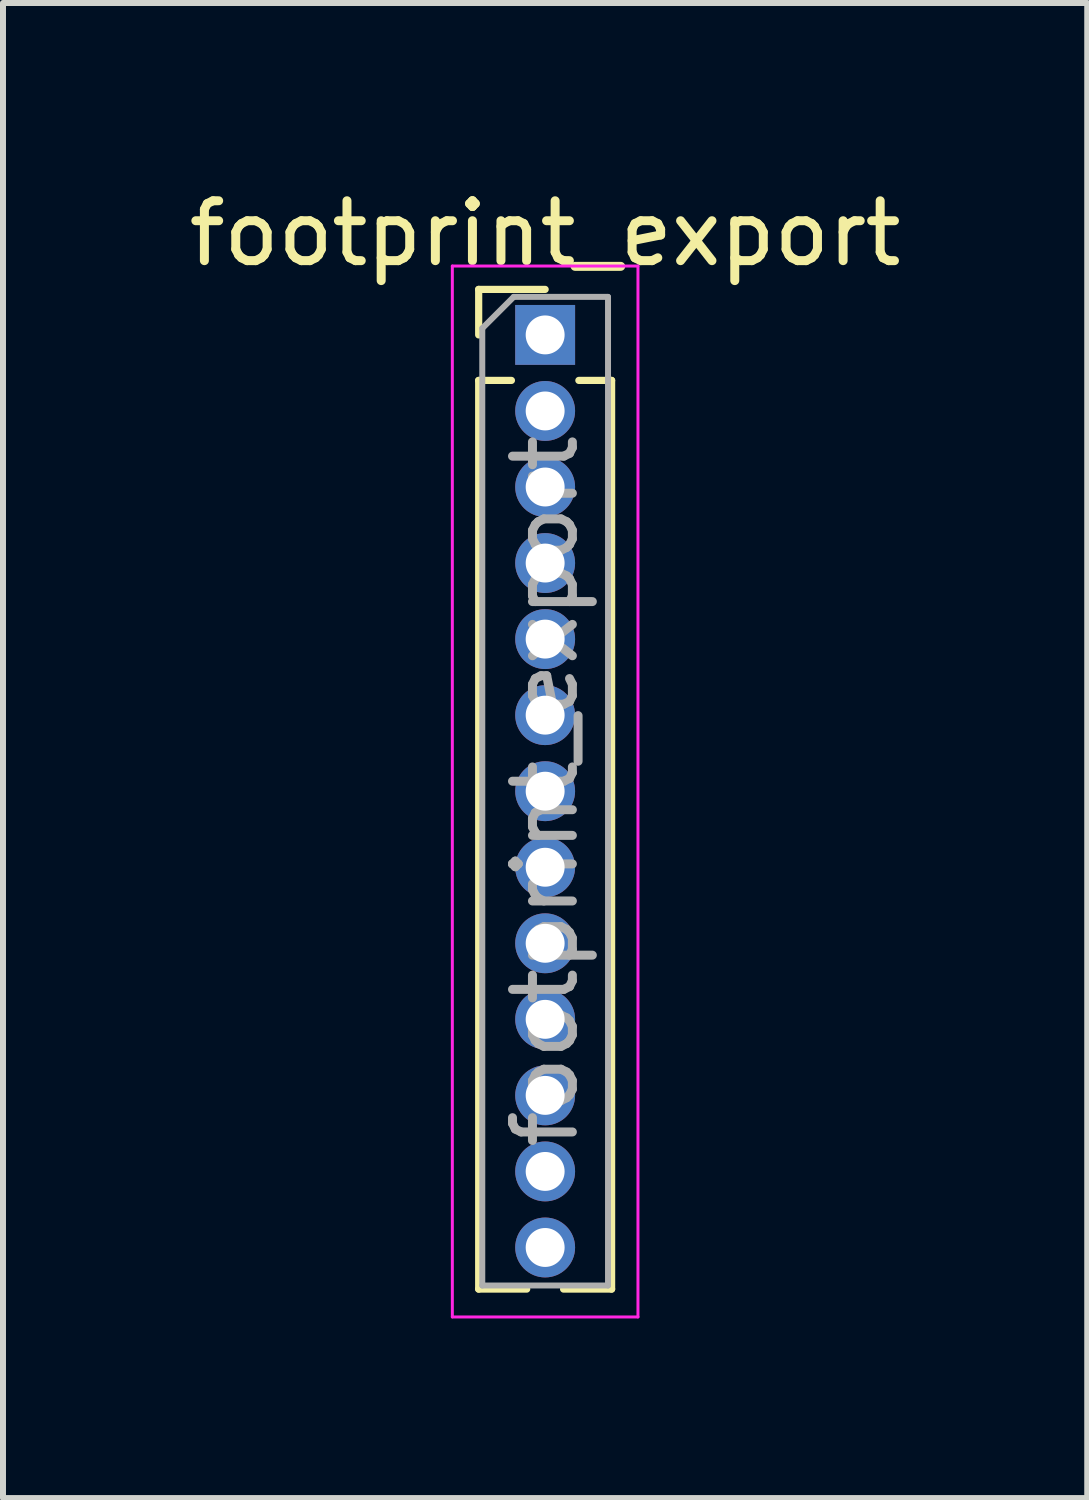
<source format=kicad_pcb>
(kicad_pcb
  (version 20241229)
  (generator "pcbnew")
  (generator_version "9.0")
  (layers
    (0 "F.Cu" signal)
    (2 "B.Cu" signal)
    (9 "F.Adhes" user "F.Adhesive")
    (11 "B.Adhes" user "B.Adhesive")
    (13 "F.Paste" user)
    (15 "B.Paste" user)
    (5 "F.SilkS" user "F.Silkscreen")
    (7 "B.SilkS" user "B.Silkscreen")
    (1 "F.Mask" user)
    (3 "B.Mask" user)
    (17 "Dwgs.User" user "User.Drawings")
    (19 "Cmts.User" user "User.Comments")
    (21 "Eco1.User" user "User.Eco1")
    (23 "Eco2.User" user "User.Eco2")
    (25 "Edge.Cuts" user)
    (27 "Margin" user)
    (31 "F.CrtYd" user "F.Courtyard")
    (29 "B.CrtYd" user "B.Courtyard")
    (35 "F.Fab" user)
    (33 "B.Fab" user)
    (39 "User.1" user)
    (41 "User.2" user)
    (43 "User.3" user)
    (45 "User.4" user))
  (footprint "footprint_export"
    (layer "F.Cu")
    (at 6.054 2.543)
    (property "Reference" "footprint_export" (at 0 -1.695 0) (layer "F.SilkS") (effects (font (size 1 1) (thickness 0.15))))
    (attr through_hole)
    (fp_line (start -1.11 -0.76) (end 0 -0.76) (stroke (width 0.12) (type solid)) (layer "F.SilkS"))
    (fp_line (start -1.11 0) (end -1.11 -0.76) (stroke (width 0.12) (type solid)) (layer "F.SilkS"))
    (fp_line (start -1.11 0.76) (end -1.11 15.935) (stroke (width 0.12) (type solid)) (layer "F.SilkS"))
    (fp_line (start -1.11 0.76) (end -0.563 0.76) (stroke (width 0.12) (type solid)) (layer "F.SilkS"))
    (fp_line (start -1.11 15.935) (end -0.308 15.935) (stroke (width 0.12) (type solid)) (layer "F.SilkS"))
    (fp_line (start 0.308 15.935) (end 1.11 15.935) (stroke (width 0.12) (type solid)) (layer "F.SilkS"))
    (fp_line (start 0.563 0.76) (end 1.11 0.76) (stroke (width 0.12) (type solid)) (layer "F.SilkS"))
    (fp_line (start 1.11 0.76) (end 1.11 15.935) (stroke (width 0.12) (type solid)) (layer "F.SilkS"))
    (fp_line (start -1.55 -1.15) (end -1.55 16.4) (stroke (width 0.05) (type solid)) (layer "F.CrtYd"))
    (fp_line (start -1.55 16.4) (end 1.55 16.4) (stroke (width 0.05) (type solid)) (layer "F.CrtYd"))
    (fp_line (start 1.55 -1.15) (end -1.55 -1.15) (stroke (width 0.05) (type solid)) (layer "F.CrtYd"))
    (fp_line (start 1.55 16.4) (end 1.55 -1.15) (stroke (width 0.05) (type solid)) (layer "F.CrtYd"))
    (fp_line (start -1.05 -0.11) (end -0.525 -0.635) (stroke (width 0.1) (type solid)) (layer "F.Fab"))
    (fp_line (start -1.05 15.875) (end -1.05 -0.11) (stroke (width 0.1) (type solid)) (layer "F.Fab"))
    (fp_line (start -0.525 -0.635) (end 1.05 -0.635) (stroke (width 0.1) (type solid)) (layer "F.Fab"))
    (fp_line (start 1.05 -0.635) (end 1.05 15.875) (stroke (width 0.1) (type solid)) (layer "F.Fab"))
    (fp_line (start 1.05 15.875) (end -1.05 15.875) (stroke (width 0.1) (type solid)) (layer "F.Fab"))
    (fp_text user "${REFERENCE}" (at 0 7.62 90) (layer "F.Fab") (effects (font (size 1 1) (thickness 0.15))))
    (pad "1" thru_hole rect (at 0 0) (size 1 1) (drill 0.65) (layers "*.Cu" "*.Mask"))
    (pad "2" thru_hole oval (at 0 1.27) (size 1 1) (drill 0.65) (layers "*.Cu" "*.Mask"))
    (pad "3" thru_hole oval (at 0 2.54) (size 1 1) (drill 0.65) (layers "*.Cu" "*.Mask"))
    (pad "4" thru_hole oval (at 0 3.81) (size 1 1) (drill 0.65) (layers "*.Cu" "*.Mask"))
    (pad "5" thru_hole oval (at 0 5.08) (size 1 1) (drill 0.65) (layers "*.Cu" "*.Mask"))
    (pad "6" thru_hole oval (at 0 6.35) (size 1 1) (drill 0.65) (layers "*.Cu" "*.Mask"))
    (pad "7" thru_hole oval (at 0 7.62) (size 1 1) (drill 0.65) (layers "*.Cu" "*.Mask"))
    (pad "8" thru_hole oval (at 0 8.89) (size 1 1) (drill 0.65) (layers "*.Cu" "*.Mask"))
    (pad "9" thru_hole oval (at 0 10.16) (size 1 1) (drill 0.65) (layers "*.Cu" "*.Mask"))
    (pad "10" thru_hole oval (at 0 11.43) (size 1 1) (drill 0.65) (layers "*.Cu" "*.Mask"))
    (pad "11" thru_hole oval (at 0 12.7) (size 1 1) (drill 0.65) (layers "*.Cu" "*.Mask"))
    (pad "12" thru_hole oval (at 0 13.97) (size 1 1) (drill 0.65) (layers "*.Cu" "*.Mask"))
    (pad "13" thru_hole oval (at 0 15.24) (size 1 1) (drill 0.65) (layers "*.Cu" "*.Mask")))
  (gr_rect
    (start -3 -3)
    (end 15.107 21.968)
    (stroke (width 0.1) (type default))
    (fill no)
    (layer "Edge.Cuts")))
</source>
